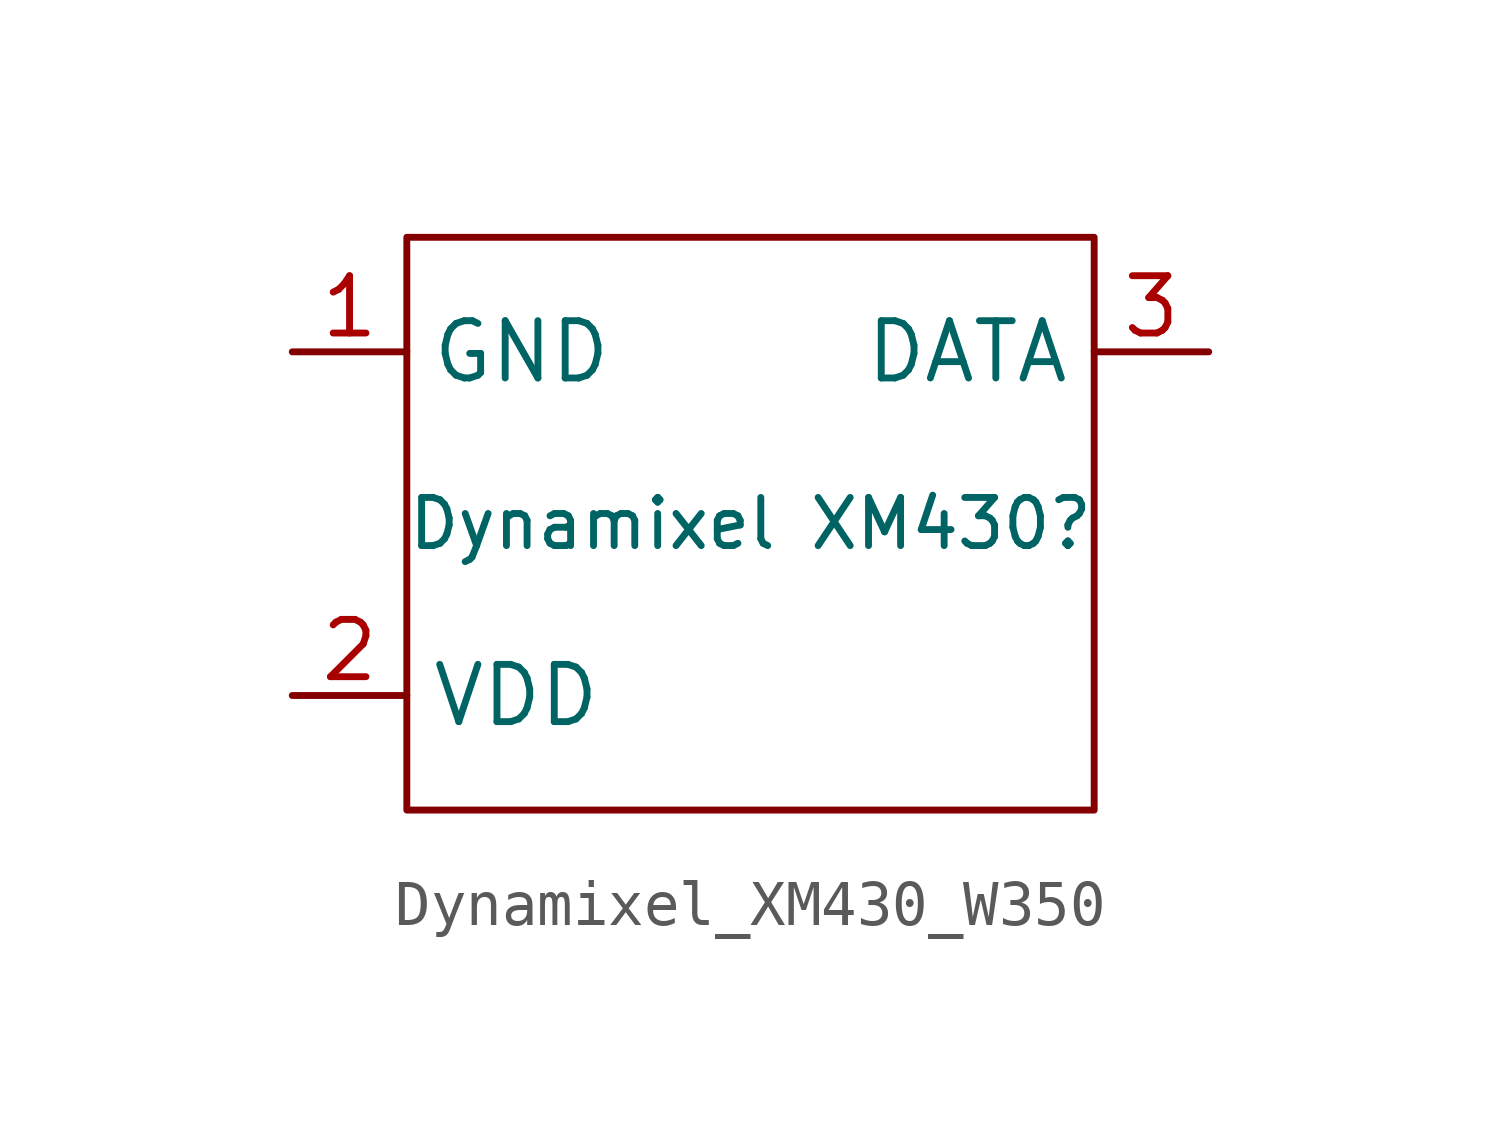
<source format=kicad_sym>
(kicad_symbol_lib
  (version 20241209)
  (generator "kicad_symbol_editor")
  (generator_version "9.0")
  (symbol "Dynamixel_XM430_W350"
    (property "Reference" "Dynamixel XM430"
      (at 2.54 0 0)
      (effects (font (size 1.067 1.067))))
    (property "Value" ""
      (at 0 0 0)
      (effects (font (size 1.27 1.27))))
    (symbol "Dynamixel_XM430_W350_0_1"
      (rectangle (start -5.08 6.35) (end 10.16 -6.35) (stroke (width 0) (type default)) (fill (type none))))
    (symbol "Dynamixel_XM430_W350_1_1"
      (pin power_in line (at -7.62 3.81 0) (length 2.54) (name "GND" (effects (font (size 1.27 1.27)))) (number "1" (effects (font (size 1.27 1.27)))))
      (pin power_in line (at -7.62 -3.81 0) (length 2.54) (name "VDD" (effects (font (size 1.27 1.27)))) (number "2" (effects (font (size 1.27 1.27)))))
      (pin bidirectional line (at 12.7 3.81 180) (length 2.54) (name "DATA" (effects (font (size 1.27 1.27)))) (number "3" (effects (font (size 1.27 1.27))))))))
</source>
